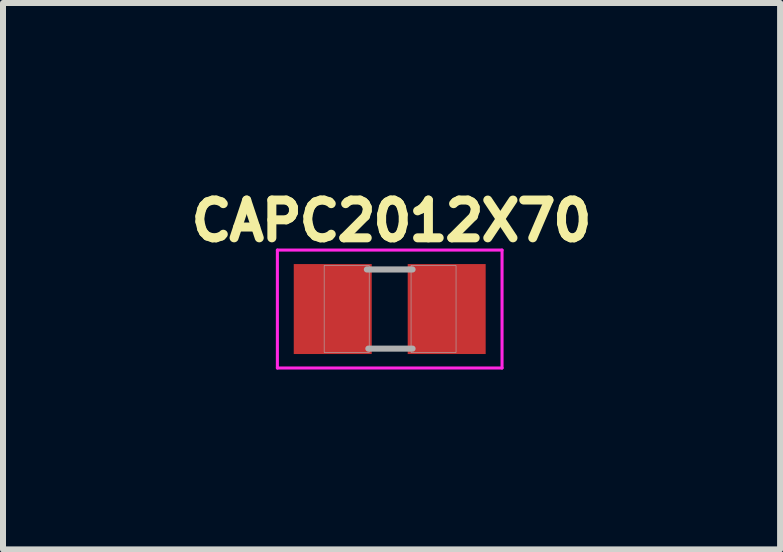
<source format=kicad_pcb>
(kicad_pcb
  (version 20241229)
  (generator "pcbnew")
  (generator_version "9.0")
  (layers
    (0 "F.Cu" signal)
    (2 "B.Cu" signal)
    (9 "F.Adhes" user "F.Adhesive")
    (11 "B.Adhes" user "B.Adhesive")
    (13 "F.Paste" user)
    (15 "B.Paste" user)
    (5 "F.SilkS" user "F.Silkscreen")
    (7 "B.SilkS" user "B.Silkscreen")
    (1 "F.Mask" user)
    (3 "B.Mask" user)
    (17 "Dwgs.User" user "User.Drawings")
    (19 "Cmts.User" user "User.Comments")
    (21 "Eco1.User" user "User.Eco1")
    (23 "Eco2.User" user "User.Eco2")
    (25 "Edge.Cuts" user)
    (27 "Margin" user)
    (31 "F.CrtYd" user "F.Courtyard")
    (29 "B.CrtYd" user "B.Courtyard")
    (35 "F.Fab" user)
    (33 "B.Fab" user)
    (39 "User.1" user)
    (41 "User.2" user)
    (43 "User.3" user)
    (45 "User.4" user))
  (footprint "CAPC2012X70"
    (layer "F.Cu")
    (at 3.448 2.103)
    (property "Reference" "CAPC2012X70" (at 0.03 -1.471 0) (layer "F.SilkS") (effects (font (size 0.63 0.63) (thickness 0.15))))
    (attr smd)
    (fp_line (start -1.873 -0.983) (end 1.873 -0.983) (stroke (width 0.051) (type solid)) (layer "F.CrtYd"))
    (fp_line (start -1.873 0.983) (end -1.873 -0.983) (stroke (width 0.051) (type solid)) (layer "F.CrtYd"))
    (fp_line (start 1.873 -0.983) (end 1.873 0.983) (stroke (width 0.051) (type solid)) (layer "F.CrtYd"))
    (fp_line (start 1.873 0.983) (end -1.873 0.983) (stroke (width 0.051) (type solid)) (layer "F.CrtYd"))
    (fp_line (start -0.381 -0.66) (end 0.381 -0.66) (stroke (width 0.102) (type solid)) (layer "F.Fab"))
    (fp_line (start -0.356 0.66) (end 0.381 0.66) (stroke (width 0.102) (type solid)) (layer "F.Fab"))
    (fp_poly (pts (xy -1.093 -0.726) (xy -0.342 -0.726) (xy -0.342 0.724) (xy -1.093 0.724)) (stroke (width 0.01) (type solid)) (fill no) (layer "F.Fab"))
    (fp_poly (pts (xy 0.356 -0.726) (xy 1.106 -0.726) (xy 1.106 0.725) (xy 0.356 0.725)) (stroke (width 0.01) (type solid)) (fill no) (layer "F.Fab"))
    (pad "1" smd rect (at -0.95 0) (size 1.3 1.5) (layers "F.Cu" "F.Mask" "F.Paste"))
    (pad "2" smd rect (at 0.95 0) (size 1.3 1.5) (layers "F.Cu" "F.Mask" "F.Paste")))
  (gr_rect
    (start -3 -3)
    (end 9.957 6.111)
    (stroke (width 0.1) (type default))
    (fill no)
    (layer "Edge.Cuts")))
</source>
